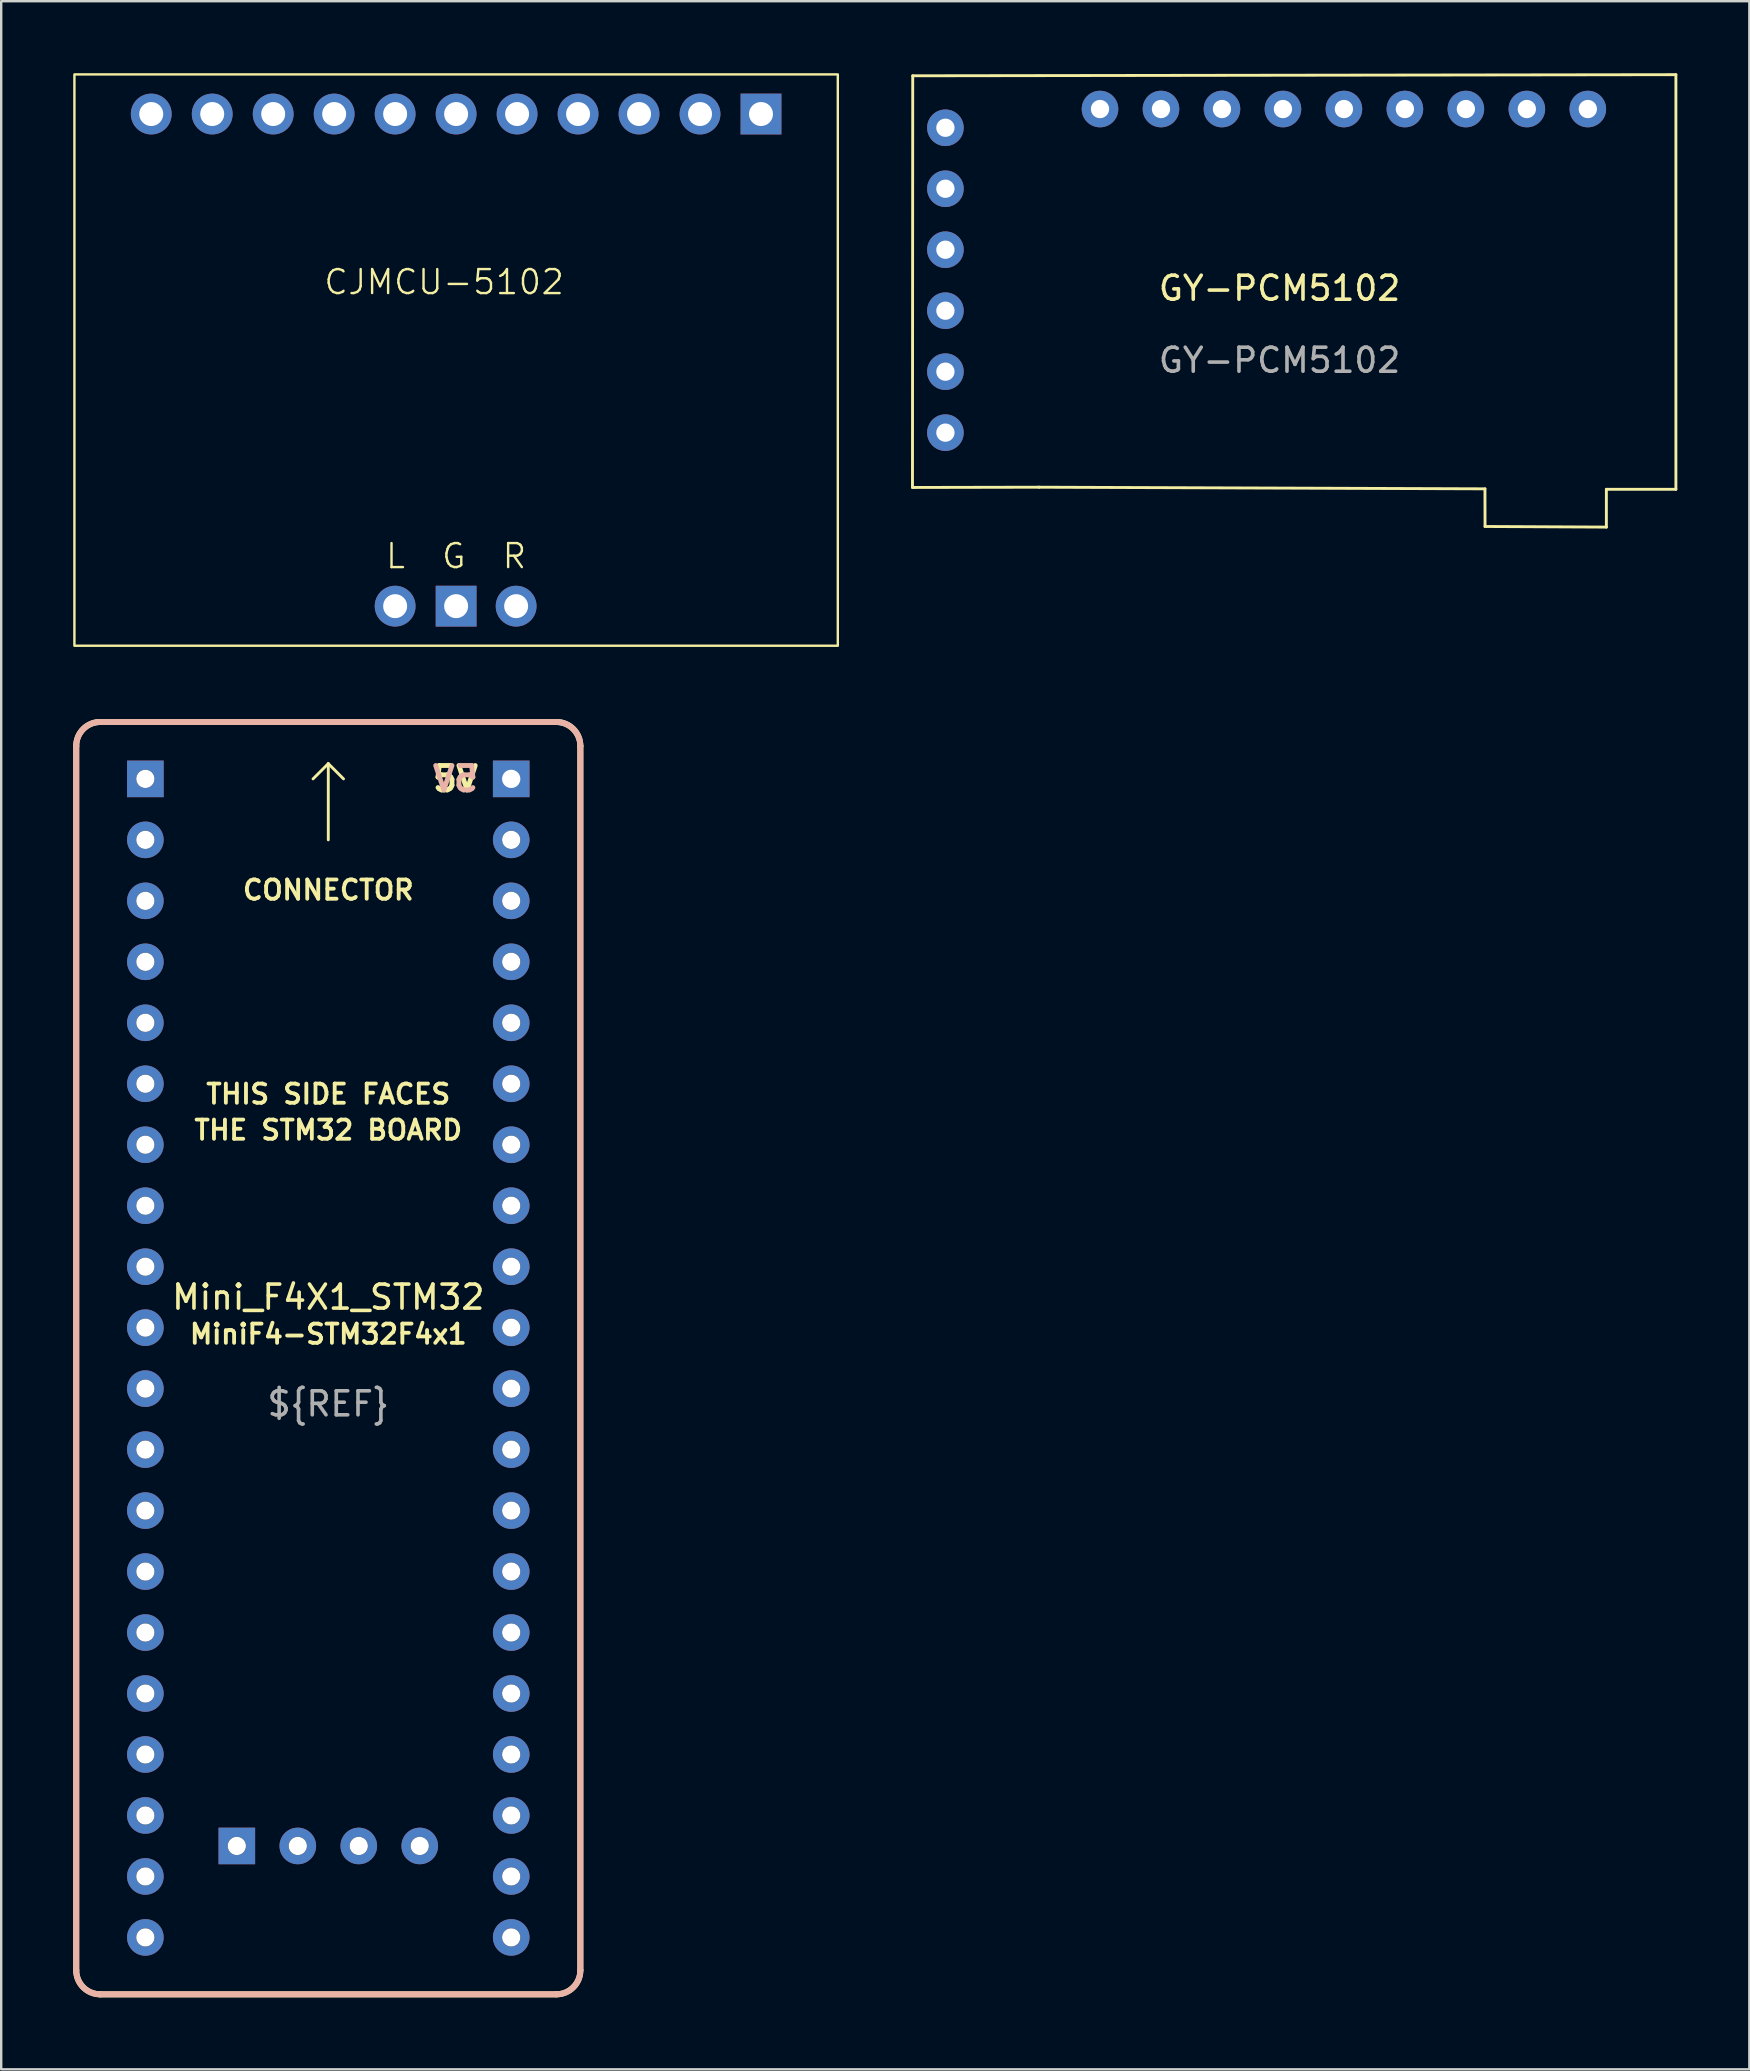
<source format=kicad_pcb>
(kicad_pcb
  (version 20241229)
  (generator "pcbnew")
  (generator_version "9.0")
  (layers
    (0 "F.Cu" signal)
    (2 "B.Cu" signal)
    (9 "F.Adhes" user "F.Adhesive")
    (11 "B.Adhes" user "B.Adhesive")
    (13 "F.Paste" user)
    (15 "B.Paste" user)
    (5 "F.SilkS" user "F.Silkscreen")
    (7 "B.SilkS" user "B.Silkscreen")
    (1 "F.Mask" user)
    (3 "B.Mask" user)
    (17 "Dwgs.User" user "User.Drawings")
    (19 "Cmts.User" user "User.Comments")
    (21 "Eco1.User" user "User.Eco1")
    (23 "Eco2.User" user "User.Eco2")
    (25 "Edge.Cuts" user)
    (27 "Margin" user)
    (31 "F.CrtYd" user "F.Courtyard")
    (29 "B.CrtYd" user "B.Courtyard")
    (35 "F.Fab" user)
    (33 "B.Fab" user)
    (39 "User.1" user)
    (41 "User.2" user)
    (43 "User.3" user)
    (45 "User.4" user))
  (footprint "GY-PCM5102"
    (layer "F.Cu")
    (at 51.267 9.458)
    (property "Reference" "GY-PCM5102" (at -1.016 -0.5 0) (unlocked yes) (layer "F.SilkS") (effects (font (size 1 1) (thickness 0.15))))
    (attr through_hole)
    (fp_line (start -16.307 7.798) (end -16.296 -9.351) (stroke (width 0.12) (type solid)) (layer "F.SilkS"))
    (fp_line (start -16.296 -9.351) (end 15.494 -9.398) (stroke (width 0.12) (type solid)) (layer "F.SilkS"))
    (fp_line (start -11.027 7.787) (end -16.307 7.798) (stroke (width 0.12) (type solid)) (layer "F.SilkS"))
    (fp_line (start 7.54 7.855) (end -11.027 7.787) (stroke (width 0.12) (type solid)) (layer "F.SilkS"))
    (fp_line (start 7.544 9.423) (end 7.54 7.855) (stroke (width 0.12) (type solid)) (layer "F.SilkS"))
    (fp_line (start 12.598 7.874) (end 12.598 9.449) (stroke (width 0.12) (type solid)) (layer "F.SilkS"))
    (fp_line (start 12.598 9.449) (end 7.544 9.423) (stroke (width 0.12) (type solid)) (layer "F.SilkS"))
    (fp_line (start 15.494 -9.398) (end 15.494 7.874) (stroke (width 0.12) (type solid)) (layer "F.SilkS"))
    (fp_line (start 15.494 7.874) (end 12.598 7.874) (stroke (width 0.12) (type solid)) (layer "F.SilkS"))
    (fp_text user "${REFERENCE}" (at -1.016 2.5 0) (unlocked yes) (layer "F.Fab") (effects (font (size 1 1) (thickness 0.15))))
    (pad "1" thru_hole circle (at 11.825 -7.966) (size 1.524 1.524) (drill 0.762) (layers "*.Cu" "*.Mask"))
    (pad "2" thru_hole circle (at 9.285 -7.966) (size 1.524 1.524) (drill 0.762) (layers "*.Cu" "*.Mask"))
    (pad "3" thru_hole circle (at 6.745 -7.966) (size 1.524 1.524) (drill 0.762) (layers "*.Cu" "*.Mask"))
    (pad "4" thru_hole circle (at 4.205 -7.966) (size 1.524 1.524) (drill 0.762) (layers "*.Cu" "*.Mask"))
    (pad "5" thru_hole circle (at 1.665 -7.966) (size 1.524 1.524) (drill 0.762) (layers "*.Cu" "*.Mask"))
    (pad "6" thru_hole circle (at -0.875 -7.966) (size 1.524 1.524) (drill 0.762) (layers "*.Cu" "*.Mask"))
    (pad "7" thru_hole circle (at -3.415 -7.966) (size 1.524 1.524) (drill 0.762) (layers "*.Cu" "*.Mask"))
    (pad "8" thru_hole circle (at -5.955 -7.966) (size 1.524 1.524) (drill 0.762) (layers "*.Cu" "*.Mask"))
    (pad "9" thru_hole circle (at -8.495 -7.966) (size 1.524 1.524) (drill 0.762) (layers "*.Cu" "*.Mask"))
    (pad "10" thru_hole circle (at -14.935 -7.186) (size 1.524 1.524) (drill 0.762) (layers "*.Cu" "*.Mask"))
    (pad "11" thru_hole circle (at -14.935 -4.646) (size 1.524 1.524) (drill 0.762) (layers "*.Cu" "*.Mask"))
    (pad "12" thru_hole circle (at -14.935 -2.106) (size 1.524 1.524) (drill 0.762) (layers "*.Cu" "*.Mask"))
    (pad "13" thru_hole circle (at -14.935 0.434) (size 1.524 1.524) (drill 0.762) (layers "*.Cu" "*.Mask"))
    (pad "14" thru_hole circle (at -14.935 2.974) (size 1.524 1.524) (drill 0.762) (layers "*.Cu" "*.Mask"))
    (pad "15" thru_hole circle (at -14.935 5.514) (size 1.524 1.524) (drill 0.762) (layers "*.Cu" "*.Mask")))
  (footprint "CJMCU-5102"
    (layer "F.Cu")
    (at 15.95 11.95)
    (property "Reference" "CJMCU-5102" (at -0.5 -3.25 0) (unlocked yes) (layer "F.SilkS") (effects (font (size 1 1) (thickness 0.1))))
    (attr through_hole)
    (fp_rect (start -15.9 -11.9) (end 15.9 11.9) (stroke (width 0.1) (type default)) (fill no) (layer "F.SilkS"))
    (fp_text user "L  G  R" (at 0 8.75 0) (unlocked yes) (layer "F.SilkS") (effects (font (size 1 1) (thickness 0.1)) (justify bottom)))
    (pad "1" thru_hole rect (at 12.7 -10.25 270) (size 1.7 1.7) (drill 1) (layers "*.Cu" "*.Mask"))
    (pad "2" thru_hole oval (at 10.16 -10.25 270) (size 1.7 1.7) (drill 1) (layers "*.Cu" "*.Mask"))
    (pad "3" thru_hole oval (at 7.62 -10.25 270) (size 1.7 1.7) (drill 1) (layers "*.Cu" "*.Mask"))
    (pad "4" thru_hole oval (at 5.08 -10.25 270) (size 1.7 1.7) (drill 1) (layers "*.Cu" "*.Mask"))
    (pad "5" thru_hole oval (at 2.54 -10.25 270) (size 1.7 1.7) (drill 1) (layers "*.Cu" "*.Mask"))
    (pad "6" thru_hole oval (at 0 -10.25 270) (size 1.7 1.7) (drill 1) (layers "*.Cu" "*.Mask"))
    (pad "7" thru_hole oval (at -2.54 -10.25 270) (size 1.7 1.7) (drill 1) (layers "*.Cu" "*.Mask"))
    (pad "8" thru_hole oval (at -5.08 -10.25 270) (size 1.7 1.7) (drill 1) (layers "*.Cu" "*.Mask"))
    (pad "9" thru_hole oval (at -7.62 -10.25 270) (size 1.7 1.7) (drill 1) (layers "*.Cu" "*.Mask"))
    (pad "10" thru_hole oval (at -10.16 -10.25 270) (size 1.7 1.7) (drill 1) (layers "*.Cu" "*.Mask"))
    (pad "11" thru_hole oval (at -12.7 -10.25 270) (size 1.7 1.7) (drill 1) (layers "*.Cu" "*.Mask"))
    (pad "12" thru_hole circle (at -2.54 10.25) (size 1.7 1.7) (drill 1) (layers "*.Cu" "*.Mask"))
    (pad "13" thru_hole rect (at 0 10.25) (size 1.7 1.7) (drill 1) (layers "*.Cu" "*.Mask"))
    (pad "14" thru_hole circle (at 2.5 10.25) (size 1.7 1.7) (drill 1) (layers "*.Cu" "*.Mask")))
  (footprint "Mini_F4X1_STM32"
    (layer "F.Cu")
    (at 10.625 53.525)
    (property "Reference" "Mini_F4X1_STM32" (at 0 -2.54 0) (unlocked yes) (layer "F.SilkS") (effects (font (size 1 1) (thickness 0.15))))
    (fp_line (start -10.5 25.5) (end -10.5 -25.5) (stroke (width 0.25) (type solid)) (layer "F.SilkS"))
    (fp_line (start -9.5 -26.5) (end 9.5 -26.5) (stroke (width 0.25) (type solid)) (layer "F.SilkS"))
    (fp_line (start 0 -24.765) (end -0.635 -24.13) (stroke (width 0.12) (type solid)) (layer "F.SilkS"))
    (fp_line (start 0 -24.765) (end 0.635 -24.13) (stroke (width 0.12) (type solid)) (layer "F.SilkS"))
    (fp_line (start 0 -21.59) (end 0 -24.765) (stroke (width 0.12) (type solid)) (layer "F.SilkS"))
    (fp_line (start 9.5 26.5) (end -9.5 26.5) (stroke (width 0.25) (type solid)) (layer "F.SilkS"))
    (fp_line (start 10.5 -25.5) (end 10.5 25.5) (stroke (width 0.25) (type solid)) (layer "F.SilkS"))
    (fp_arc (start -10.500003 -25.500003) (mid -10.207108 -26.207109) (end -9.5 -26.5) (stroke (width 0.25) (type solid)) (layer "F.SilkS"))
    (fp_arc (start -9.500003 26.499997) (mid -10.207109 26.207102) (end -10.5 25.499994) (stroke (width 0.25) (type solid)) (layer "F.SilkS"))
    (fp_arc (start 9.500003 -26.5) (mid 10.207109 -26.207105) (end 10.5 -25.499997) (stroke (width 0.25) (type solid)) (layer "F.SilkS"))
    (fp_arc (start 10.500003 25.500003) (mid 10.207108 26.207109) (end 9.5 26.5) (stroke (width 0.25) (type solid)) (layer "F.SilkS"))
    (fp_line (start -10.5 25.5) (end -10.5 -25.5) (stroke (width 0.25) (type solid)) (layer "B.SilkS"))
    (fp_line (start -9.5 -26.5) (end 9.5 -26.5) (stroke (width 0.25) (type solid)) (layer "B.SilkS"))
    (fp_line (start 9.5 26.5) (end -9.5 26.5) (stroke (width 0.25) (type solid)) (layer "B.SilkS"))
    (fp_line (start 10.5 -25.5) (end 10.5 25.5) (stroke (width 0.25) (type solid)) (layer "B.SilkS"))
    (fp_arc (start -10.500003 -25.500003) (mid -10.207108 -26.207109) (end -9.5 -26.5) (stroke (width 0.25) (type solid)) (layer "B.SilkS"))
    (fp_arc (start -9.500003 26.499997) (mid -10.207109 26.207102) (end -10.5 25.499994) (stroke (width 0.25) (type solid)) (layer "B.SilkS"))
    (fp_arc (start 9.500003 -26.5) (mid 10.207109 -26.207105) (end 10.5 -25.499997) (stroke (width 0.25) (type solid)) (layer "B.SilkS"))
    (fp_arc (start 10.500003 25.500003) (mid 10.207108 26.207109) (end 9.5 26.5) (stroke (width 0.25) (type solid)) (layer "B.SilkS"))
    (fp_text user "5V" (at 6.35 -24.13 0) (unlocked yes) (layer "F.SilkS") (effects (font (size 1.016 1.016) (thickness 0.203)) (justify right)))
    (fp_text user "THIS SIDE FACES" (at 0 -11 0) (unlocked yes) (layer "F.SilkS") (effects (font (size 0.8 0.8) (thickness 0.16))))
    (fp_text user "THE STM32 BOARD" (at 0 -9.5 0) (unlocked yes) (layer "F.SilkS") (effects (font (size 0.8 0.8) (thickness 0.16))))
    (fp_text user "CONNECTOR" (at 0 -19.5 0) (unlocked yes) (layer "F.SilkS") (effects (font (size 0.8 0.8) (thickness 0.16))))
    (fp_text user "MiniF4-STM32F4x1" (at 0 -1 0) (unlocked yes) (layer "F.SilkS") (effects (font (size 0.8 0.8) (thickness 0.16))))
    (fp_text user "5V" (at 6.35 -24.13 0) (unlocked yes) (layer "B.SilkS") (effects (font (size 1.016 1.016) (thickness 0.203)) (justify left mirror)))
    (fp_text user "${REF}" (at 0 1.905 0) (unlocked yes) (layer "F.Fab") (effects (font (size 1 1) (thickness 0.15))))
    (pad "" np_thru_hole circle (at -7.62 -24.13) (size 0.762 0.762) (drill 0.762) (layers "F.Mask"))
    (pad "" np_thru_hole circle (at -7.62 -21.59) (size 0.762 0.762) (drill 0.762) (layers "F.Mask"))
    (pad "" np_thru_hole circle (at -7.62 -19.05) (size 0.762 0.762) (drill 0.762) (layers "F.Mask"))
    (pad "" np_thru_hole circle (at -7.62 -16.51) (size 0.762 0.762) (drill 0.762) (layers "F.Mask"))
    (pad "" np_thru_hole circle (at -7.62 -13.97) (size 0.762 0.762) (drill 0.762) (layers "F.Mask"))
    (pad "" np_thru_hole circle (at -7.62 -11.43) (size 0.762 0.762) (drill 0.762) (layers "F.Mask"))
    (pad "" np_thru_hole circle (at -7.62 -8.89) (size 0.762 0.762) (drill 0.762) (layers "F.Mask"))
    (pad "" np_thru_hole circle (at -7.62 -6.35) (size 0.762 0.762) (drill 0.762) (layers "F.Mask"))
    (pad "" np_thru_hole circle (at -7.62 -3.81) (size 0.762 0.762) (drill 0.762) (layers "F.Mask"))
    (pad "" np_thru_hole circle (at -7.62 -1.27) (size 0.762 0.762) (drill 0.762) (layers "F.Mask"))
    (pad "" np_thru_hole circle (at -7.62 1.27) (size 0.762 0.762) (drill 0.762) (layers "F.Mask"))
    (pad "" np_thru_hole circle (at -7.62 3.81) (size 0.762 0.762) (drill 0.762) (layers "F.Mask"))
    (pad "" np_thru_hole circle (at -7.62 6.35) (size 0.762 0.762) (drill 0.762) (layers "F.Mask"))
    (pad "" np_thru_hole circle (at -7.62 8.89) (size 0.762 0.762) (drill 0.762) (layers "F.Mask"))
    (pad "" np_thru_hole circle (at -7.62 11.43) (size 0.762 0.762) (drill 0.762) (layers "F.Mask"))
    (pad "" np_thru_hole circle (at -7.62 13.97) (size 0.762 0.762) (drill 0.762) (layers "F.Mask"))
    (pad "" np_thru_hole circle (at -7.62 16.51) (size 0.762 0.762) (drill 0.762) (layers "F.Mask"))
    (pad "" np_thru_hole circle (at -7.62 19.05) (size 0.762 0.762) (drill 0.762) (layers "F.Mask"))
    (pad "" np_thru_hole circle (at -7.62 21.59) (size 0.762 0.762) (drill 0.762) (layers "F.Mask"))
    (pad "" np_thru_hole circle (at -7.62 24.13 90) (size 0.762 0.762) (drill 0.762) (layers "F.Mask"))
    (pad "" np_thru_hole circle (at -3.81 20.32) (size 0.762 0.762) (drill 0.762) (layers "F.Mask"))
    (pad "" np_thru_hole circle (at -1.27 20.32) (size 0.762 0.762) (drill 0.762) (layers "F.Mask"))
    (pad "" np_thru_hole circle (at 1.27 20.32) (size 0.762 0.762) (drill 0.762) (layers "F.Mask"))
    (pad "" np_thru_hole circle (at 3.81 20.32) (size 0.762 0.762) (drill 0.762) (layers "F.Mask"))
    (pad "" np_thru_hole circle (at 7.62 -21.59) (size 0.762 0.762) (drill 0.762) (layers "F.Mask"))
    (pad "" np_thru_hole circle (at 7.62 -19.05) (size 0.762 0.762) (drill 0.762) (layers "F.Mask"))
    (pad "" np_thru_hole circle (at 7.62 -16.51) (size 0.762 0.762) (drill 0.762) (layers "F.Mask"))
    (pad "" np_thru_hole circle (at 7.62 -13.97) (size 0.762 0.762) (drill 0.762) (layers "F.Mask"))
    (pad "" np_thru_hole circle (at 7.62 -11.43) (size 0.762 0.762) (drill 0.762) (layers "F.Mask"))
    (pad "" np_thru_hole circle (at 7.62 -8.89) (size 0.762 0.762) (drill 0.762) (layers "F.Mask"))
    (pad "" np_thru_hole circle (at 7.62 -6.35) (size 0.762 0.762) (drill 0.762) (layers "F.Mask"))
    (pad "" np_thru_hole circle (at 7.62 -3.81) (size 0.762 0.762) (drill 0.762) (layers "F.Mask"))
    (pad "" np_thru_hole circle (at 7.62 -1.27) (size 0.762 0.762) (drill 0.762) (layers "F.Mask"))
    (pad "" np_thru_hole circle (at 7.62 1.27) (size 0.762 0.762) (drill 0.762) (layers "F.Mask"))
    (pad "" np_thru_hole circle (at 7.62 3.81) (size 0.762 0.762) (drill 0.762) (layers "F.Mask"))
    (pad "" np_thru_hole circle (at 7.62 6.35) (size 0.762 0.762) (drill 0.762) (layers "F.Mask"))
    (pad "" np_thru_hole circle (at 7.62 8.89) (size 0.762 0.762) (drill 0.762) (layers "F.Mask"))
    (pad "" np_thru_hole circle (at 7.62 11.43) (size 0.762 0.762) (drill 0.762) (layers "F.Mask"))
    (pad "" np_thru_hole circle (at 7.62 13.97) (size 0.762 0.762) (drill 0.762) (layers "F.Mask"))
    (pad "" np_thru_hole circle (at 7.62 16.51) (size 0.762 0.762) (drill 0.762) (layers "F.Mask"))
    (pad "" np_thru_hole circle (at 7.62 19.05) (size 0.762 0.762) (drill 0.762) (layers "F.Mask"))
    (pad "" np_thru_hole circle (at 7.62 21.59) (size 0.762 0.762) (drill 0.762) (layers "F.Mask"))
    (pad "" np_thru_hole circle (at 7.62 24.13) (size 0.762 0.762) (drill 0.762) (layers "F.Mask"))
    (pad "1" thru_hole rect (at -7.62 -24.13) (size 1.524 1.524) (drill 0.762) (layers "*.Cu" "B.Mask"))
    (pad "2" thru_hole circle (at -7.62 -21.59) (size 1.524 1.524) (drill 0.762) (layers "*.Cu" "B.Mask"))
    (pad "3" thru_hole circle (at -7.62 -19.05) (size 1.524 1.524) (drill 0.762) (layers "*.Cu" "B.Mask"))
    (pad "4" thru_hole circle (at -7.62 -16.51) (size 1.524 1.524) (drill 0.762) (layers "*.Cu" "B.Mask"))
    (pad "5" thru_hole circle (at -7.62 -13.97) (size 1.524 1.524) (drill 0.762) (layers "*.Cu" "B.Mask"))
    (pad "6" thru_hole circle (at -7.62 -11.43) (size 1.524 1.524) (drill 0.762) (layers "*.Cu" "B.Mask"))
    (pad "7" thru_hole circle (at -7.62 -8.89) (size 1.524 1.524) (drill 0.762) (layers "*.Cu" "B.Mask"))
    (pad "8" thru_hole circle (at -7.62 -6.35) (size 1.524 1.524) (drill 0.762) (layers "*.Cu" "B.Mask"))
    (pad "9" thru_hole circle (at -7.62 -3.81) (size 1.524 1.524) (drill 0.762) (layers "*.Cu" "B.Mask"))
    (pad "10" thru_hole circle (at -7.62 -1.27) (size 1.524 1.524) (drill 0.762) (layers "*.Cu" "B.Mask"))
    (pad "11" thru_hole circle (at -7.62 1.27) (size 1.524 1.524) (drill 0.762) (layers "*.Cu" "B.Mask"))
    (pad "12" thru_hole circle (at -7.62 3.81) (size 1.524 1.524) (drill 0.762) (layers "*.Cu" "B.Mask"))
    (pad "13" thru_hole circle (at -7.62 6.35) (size 1.524 1.524) (drill 0.762) (layers "*.Cu" "B.Mask"))
    (pad "14" thru_hole circle (at -7.62 8.89) (size 1.524 1.524) (drill 0.762) (layers "*.Cu" "B.Mask"))
    (pad "15" thru_hole circle (at -7.62 11.43) (size 1.524 1.524) (drill 0.762) (layers "*.Cu" "B.Mask"))
    (pad "16" thru_hole circle (at -7.62 13.97) (size 1.524 1.524) (drill 0.762) (layers "*.Cu" "B.Mask"))
    (pad "17" thru_hole circle (at -7.62 16.51) (size 1.524 1.524) (drill 0.762) (layers "*.Cu" "B.Mask"))
    (pad "18" thru_hole circle (at -7.62 19.05) (size 1.524 1.524) (drill 0.762) (layers "*.Cu" "B.Mask"))
    (pad "19" thru_hole circle (at -7.62 21.59) (size 1.524 1.524) (drill 0.762) (layers "*.Cu" "B.Mask"))
    (pad "20" thru_hole circle (at -7.62 24.13) (size 1.524 1.524) (drill 0.762) (layers "*.Cu" "B.Mask"))
    (pad "21" thru_hole circle (at 7.62 24.13) (size 1.524 1.524) (drill 0.762) (layers "*.Cu" "B.Mask"))
    (pad "22" thru_hole circle (at 7.62 21.59) (size 1.524 1.524) (drill 0.762) (layers "*.Cu" "B.Mask"))
    (pad "23" thru_hole circle (at 7.62 19.05) (size 1.524 1.524) (drill 0.762) (layers "*.Cu" "B.Mask"))
    (pad "24" thru_hole circle (at 7.62 16.51) (size 1.524 1.524) (drill 0.762) (layers "*.Cu" "B.Mask"))
    (pad "25" thru_hole circle (at 7.62 13.97) (size 1.524 1.524) (drill 0.762) (layers "*.Cu" "B.Mask"))
    (pad "26" thru_hole circle (at 7.62 11.43) (size 1.524 1.524) (drill 0.762) (layers "*.Cu" "B.Mask"))
    (pad "27" thru_hole circle (at 7.62 8.89) (size 1.524 1.524) (drill 0.762) (layers "*.Cu" "B.Mask"))
    (pad "28" thru_hole circle (at 7.62 6.35) (size 1.524 1.524) (drill 0.762) (layers "*.Cu" "B.Mask"))
    (pad "29" thru_hole circle (at 7.62 3.81) (size 1.524 1.524) (drill 0.762) (layers "*.Cu" "B.Mask"))
    (pad "30" thru_hole circle (at 7.62 1.27) (size 1.524 1.524) (drill 0.762) (layers "*.Cu" "B.Mask"))
    (pad "31" thru_hole circle (at 7.62 -1.27) (size 1.524 1.524) (drill 0.762) (layers "*.Cu" "B.Mask"))
    (pad "32" thru_hole circle (at 7.62 -3.81) (size 1.524 1.524) (drill 0.762) (layers "*.Cu" "B.Mask"))
    (pad "33" thru_hole circle (at 7.62 -6.35) (size 1.524 1.524) (drill 0.762) (layers "*.Cu" "B.Mask"))
    (pad "34" thru_hole circle (at 7.62 -8.89) (size 1.524 1.524) (drill 0.762) (layers "*.Cu" "B.Mask"))
    (pad "35" thru_hole circle (at 7.62 -11.43) (size 1.524 1.524) (drill 0.762) (layers "*.Cu" "B.Mask"))
    (pad "36" thru_hole circle (at 7.62 -13.97) (size 1.524 1.524) (drill 0.762) (layers "*.Cu" "B.Mask"))
    (pad "37" thru_hole circle (at 7.62 -16.51) (size 1.524 1.524) (drill 0.762) (layers "*.Cu" "B.Mask"))
    (pad "38" thru_hole circle (at 7.62 -19.05) (size 1.524 1.524) (drill 0.762) (layers "*.Cu" "B.Mask"))
    (pad "39" thru_hole circle (at 7.62 -21.59) (size 1.524 1.524) (drill 0.762) (layers "*.Cu" "B.Mask"))
    (pad "40" thru_hole rect (at 7.62 -24.13) (size 1.524 1.524) (drill 0.762) (layers "*.Cu" "*.Mask"))
    (pad "41" thru_hole rect (at -3.81 20.32) (size 1.524 1.524) (drill 0.762) (layers "*.Cu" "B.Mask"))
    (pad "42" thru_hole circle (at -1.27 20.32) (size 1.524 1.524) (drill 0.762) (layers "*.Cu" "B.Mask"))
    (pad "43" thru_hole circle (at 1.27 20.32) (size 1.524 1.524) (drill 0.762) (layers "*.Cu" "B.Mask"))
    (pad "44" thru_hole circle (at 3.81 20.32) (size 1.524 1.524) (drill 0.762) (layers "*.Cu" "B.Mask")))
  (gr_rect
    (start -3 -3)
    (end 69.821 83.15)
    (stroke (width 0.1) (type default))
    (fill no)
    (layer "Edge.Cuts")))
</source>
